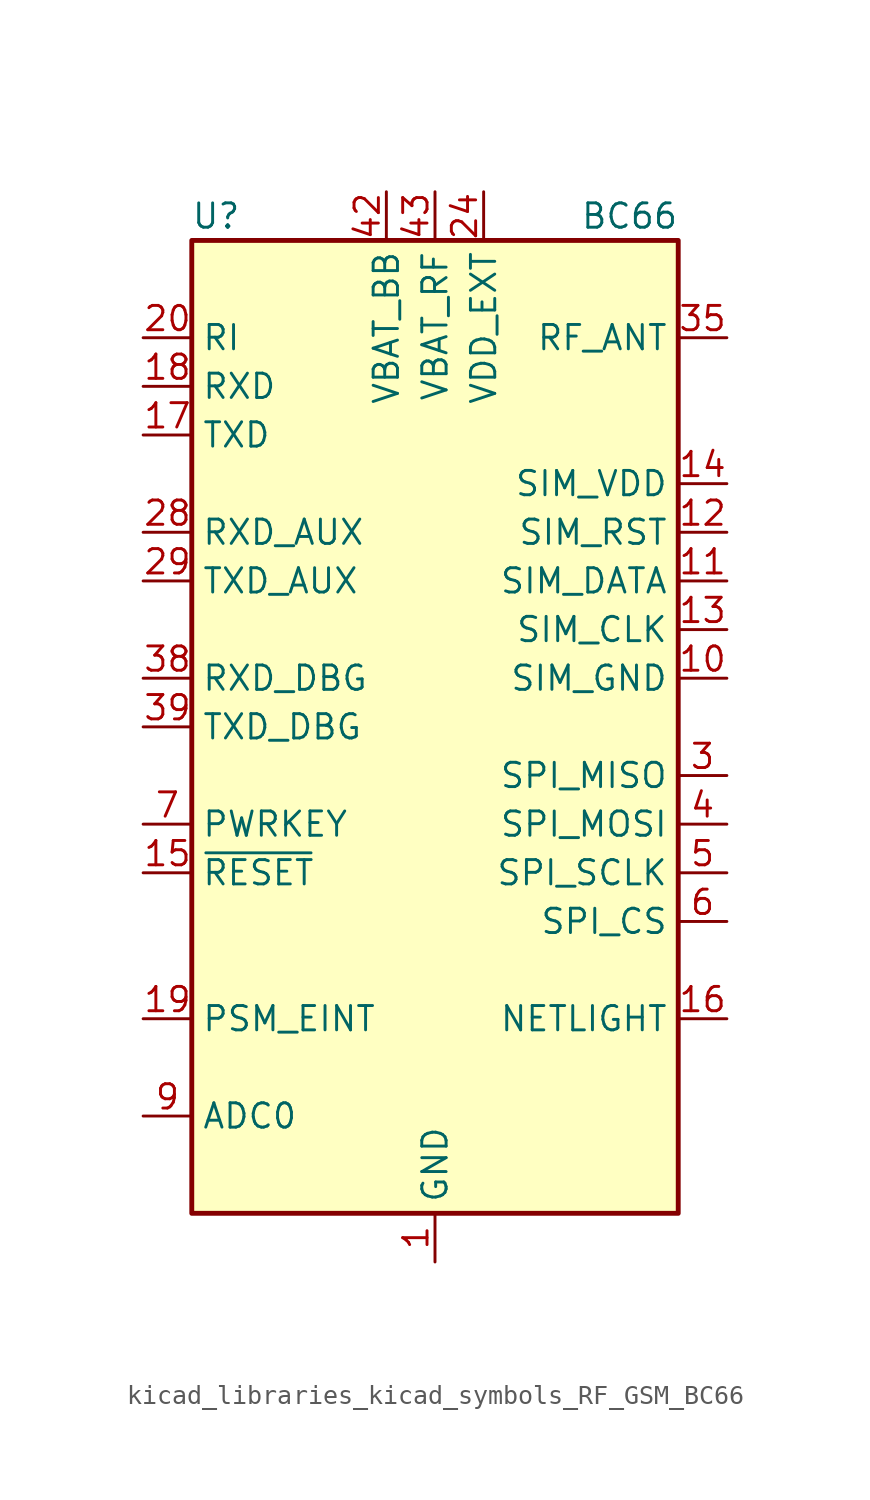
<source format=kicad_sym>
(kicad_symbol_lib
  (version 20220914)
  (generator kicad_symbol_editor)
  (symbol "kicad_libraries_kicad_symbols_RF_GSM_BC66"
    (property "Reference" "U"
      (at -11.43 26.67 0)
      (effects (font (size 1.27 1.27))))
    (property "Value" "BC66"
      (at 10.16 26.67 0)
      (effects (font (size 1.27 1.27))))
    (symbol "kicad_libraries_kicad_symbols_RF_GSM_BC66_0_1"
      (rectangle (start -12.7 25.4) (end 12.7 -25.4) (stroke (width 0.254) (type default)) (fill (type background))))
    (symbol "kicad_libraries_kicad_symbols_RF_GSM_BC66_1_1"
      (pin power_in line (at 0 -27.94 90) (length 2.54) (name "GND" (effects (font (size 1.27 1.27)))) (number "1" (effects (font (size 1.27 1.27)))))
      (pin power_out line (at 15.24 2.54 180) (length 2.54) (name "SIM_GND" (effects (font (size 1.27 1.27)))) (number "10" (effects (font (size 1.27 1.27)))))
      (pin bidirectional line (at 15.24 7.62 180) (length 2.54) (name "SIM_DATA" (effects (font (size 1.27 1.27)))) (number "11" (effects (font (size 1.27 1.27)))))
      (pin output line (at 15.24 10.16 180) (length 2.54) (name "SIM_RST" (effects (font (size 1.27 1.27)))) (number "12" (effects (font (size 1.27 1.27)))))
      (pin output line (at 15.24 5.08 180) (length 2.54) (name "SIM_CLK" (effects (font (size 1.27 1.27)))) (number "13" (effects (font (size 1.27 1.27)))))
      (pin power_out line (at 15.24 12.7 180) (length 2.54) (name "SIM_VDD" (effects (font (size 1.27 1.27)))) (number "14" (effects (font (size 1.27 1.27)))))
      (pin input line (at -15.24 -7.62 0) (length 2.54) (name "~{RESET}" (effects (font (size 1.27 1.27)))) (number "15" (effects (font (size 1.27 1.27)))))
      (pin output line (at 15.24 -15.24 180) (length 2.54) (name "NETLIGHT" (effects (font (size 1.27 1.27)))) (number "16" (effects (font (size 1.27 1.27)))))
      (pin output line (at -15.24 15.24 0) (length 2.54) (name "TXD" (effects (font (size 1.27 1.27)))) (number "17" (effects (font (size 1.27 1.27)))))
      (pin input line (at -15.24 17.78 0) (length 2.54) (name "RXD" (effects (font (size 1.27 1.27)))) (number "18" (effects (font (size 1.27 1.27)))))
      (pin input line (at -15.24 -15.24 0) (length 2.54) (name "PSM_EINT" (effects (font (size 1.27 1.27)))) (number "19" (effects (font (size 1.27 1.27)))))
      (pin no_connect line (at -5.08 25.4 270) (length 2.54) hide (name "RESERVED" (effects (font (size 1.27 1.27)))) (number "2" (effects (font (size 1.27 1.27)))))
      (pin output line (at -15.24 20.32 0) (length 2.54) (name "RI" (effects (font (size 1.27 1.27)))) (number "20" (effects (font (size 1.27 1.27)))))
      (pin no_connect line (at -12.7 12.7 0) (length 2.54) hide (name "RESERVED" (effects (font (size 1.27 1.27)))) (number "21" (effects (font (size 1.27 1.27)))))
      (pin no_connect line (at -12.7 5.08 0) (length 2.54) hide (name "RESERVED" (effects (font (size 1.27 1.27)))) (number "22" (effects (font (size 1.27 1.27)))))
      (pin no_connect line (at -12.7 -2.54 0) (length 2.54) hide (name "RESERVED" (effects (font (size 1.27 1.27)))) (number "23" (effects (font (size 1.27 1.27)))))
      (pin power_out line (at 2.54 27.94 270) (length 2.54) (name "VDD_EXT" (effects (font (size 1.27 1.27)))) (number "24" (effects (font (size 1.27 1.27)))))
      (pin no_connect line (at -12.7 -10.16 0) (length 2.54) hide (name "RESERVED" (effects (font (size 1.27 1.27)))) (number "25" (effects (font (size 1.27 1.27)))))
      (pin no_connect line (at -12.7 -17.78 0) (length 2.54) hide (name "RESERVED" (effects (font (size 1.27 1.27)))) (number "26" (effects (font (size 1.27 1.27)))))
      (pin passive line (at 0 -27.94 90) (length 2.54) hide (name "GND" (effects (font (size 1.27 1.27)))) (number "27" (effects (font (size 1.27 1.27)))))
      (pin input line (at -15.24 10.16 0) (length 2.54) (name "RXD_AUX" (effects (font (size 1.27 1.27)))) (number "28" (effects (font (size 1.27 1.27)))))
      (pin output line (at -15.24 7.62 0) (length 2.54) (name "TXD_AUX" (effects (font (size 1.27 1.27)))) (number "29" (effects (font (size 1.27 1.27)))))
      (pin input line (at 15.24 -2.54 180) (length 2.54) (name "SPI_MISO" (effects (font (size 1.27 1.27)))) (number "3" (effects (font (size 1.27 1.27)))))
      (pin no_connect line (at -12.7 -22.86 0) (length 2.54) hide (name "RESERVED" (effects (font (size 1.27 1.27)))) (number "30" (effects (font (size 1.27 1.27)))))
      (pin no_connect line (at -10.16 -25.4 90) (length 2.54) hide (name "RESERVED" (effects (font (size 1.27 1.27)))) (number "31" (effects (font (size 1.27 1.27)))))
      (pin no_connect line (at -7.62 -25.4 90) (length 2.54) hide (name "RESERVED" (effects (font (size 1.27 1.27)))) (number "32" (effects (font (size 1.27 1.27)))))
      (pin no_connect line (at -5.08 -25.4 90) (length 2.54) hide (name "RESERVED" (effects (font (size 1.27 1.27)))) (number "33" (effects (font (size 1.27 1.27)))))
      (pin passive line (at 0 -27.94 90) (length 2.54) hide (name "GND" (effects (font (size 1.27 1.27)))) (number "34" (effects (font (size 1.27 1.27)))))
      (pin passive line (at 15.24 20.32 180) (length 2.54) (name "RF_ANT" (effects (font (size 1.27 1.27)))) (number "35" (effects (font (size 1.27 1.27)))))
      (pin passive line (at 0 -27.94 90) (length 2.54) hide (name "GND" (effects (font (size 1.27 1.27)))) (number "36" (effects (font (size 1.27 1.27)))))
      (pin passive line (at 0 -27.94 90) (length 2.54) hide (name "GND" (effects (font (size 1.27 1.27)))) (number "37" (effects (font (size 1.27 1.27)))))
      (pin input line (at -15.24 2.54 0) (length 2.54) (name "RXD_DBG" (effects (font (size 1.27 1.27)))) (number "38" (effects (font (size 1.27 1.27)))))
      (pin output line (at -15.24 0 0) (length 2.54) (name "TXD_DBG" (effects (font (size 1.27 1.27)))) (number "39" (effects (font (size 1.27 1.27)))))
      (pin output line (at 15.24 -5.08 180) (length 2.54) (name "SPI_MOSI" (effects (font (size 1.27 1.27)))) (number "4" (effects (font (size 1.27 1.27)))))
      (pin passive line (at 0 -27.94 90) (length 2.54) hide (name "GND" (effects (font (size 1.27 1.27)))) (number "40" (effects (font (size 1.27 1.27)))))
      (pin passive line (at 0 -27.94 90) (length 2.54) hide (name "GND" (effects (font (size 1.27 1.27)))) (number "41" (effects (font (size 1.27 1.27)))))
      (pin power_in line (at -2.54 27.94 270) (length 2.54) (name "VBAT_BB" (effects (font (size 1.27 1.27)))) (number "42" (effects (font (size 1.27 1.27)))))
      (pin power_in line (at 0 27.94 270) (length 2.54) (name "VBAT_RF" (effects (font (size 1.27 1.27)))) (number "43" (effects (font (size 1.27 1.27)))))
      (pin no_connect line (at -2.54 -25.4 90) (length 2.54) hide (name "RESERVED" (effects (font (size 1.27 1.27)))) (number "44" (effects (font (size 1.27 1.27)))))
      (pin no_connect line (at 5.08 -25.4 90) (length 2.54) hide (name "RESERVED" (effects (font (size 1.27 1.27)))) (number "45" (effects (font (size 1.27 1.27)))))
      (pin no_connect line (at 7.62 -25.4 90) (length 2.54) hide (name "RESERVED" (effects (font (size 1.27 1.27)))) (number "46" (effects (font (size 1.27 1.27)))))
      (pin no_connect line (at 10.16 -25.4 90) (length 2.54) hide (name "RESERVED" (effects (font (size 1.27 1.27)))) (number "47" (effects (font (size 1.27 1.27)))))
      (pin no_connect line (at 12.7 -22.86 180) (length 2.54) hide (name "RESERVED" (effects (font (size 1.27 1.27)))) (number "48" (effects (font (size 1.27 1.27)))))
      (pin no_connect line (at 12.7 -20.32 180) (length 2.54) hide (name "RESERVED" (effects (font (size 1.27 1.27)))) (number "49" (effects (font (size 1.27 1.27)))))
      (pin output line (at 15.24 -7.62 180) (length 2.54) (name "SPI_SCLK" (effects (font (size 1.27 1.27)))) (number "5" (effects (font (size 1.27 1.27)))))
      (pin no_connect line (at 12.7 -17.78 180) (length 2.54) hide (name "RESERVED" (effects (font (size 1.27 1.27)))) (number "50" (effects (font (size 1.27 1.27)))))
      (pin no_connect line (at -12.7 -12.7 0) (length 2.54) hide (name "RESERVED" (effects (font (size 1.27 1.27)))) (number "51" (effects (font (size 1.27 1.27)))))
      (pin no_connect line (at 12.7 -12.7 180) (length 2.54) hide (name "RESERVED" (effects (font (size 1.27 1.27)))) (number "52" (effects (font (size 1.27 1.27)))))
      (pin no_connect line (at 12.7 0 180) (length 2.54) hide (name "RESERVED" (effects (font (size 1.27 1.27)))) (number "53" (effects (font (size 1.27 1.27)))))
      (pin no_connect line (at 2.54 -25.4 90) (length 2.54) hide (name "RESERVED" (effects (font (size 1.27 1.27)))) (number "54" (effects (font (size 1.27 1.27)))))
      (pin no_connect line (at 12.7 17.78 180) (length 2.54) hide (name "RESERVED" (effects (font (size 1.27 1.27)))) (number "55" (effects (font (size 1.27 1.27)))))
      (pin no_connect line (at 12.7 15.24 180) (length 2.54) hide (name "RESERVED" (effects (font (size 1.27 1.27)))) (number "56" (effects (font (size 1.27 1.27)))))
      (pin no_connect line (at 12.7 22.86 180) (length 2.54) hide (name "RESERVED" (effects (font (size 1.27 1.27)))) (number "57" (effects (font (size 1.27 1.27)))))
      (pin no_connect line (at 5.08 25.4 270) (length 2.54) hide (name "RESERVED" (effects (font (size 1.27 1.27)))) (number "58" (effects (font (size 1.27 1.27)))))
      (pin output line (at 15.24 -10.16 180) (length 2.54) (name "SPI_CS" (effects (font (size 1.27 1.27)))) (number "6" (effects (font (size 1.27 1.27)))))
      (pin input line (at -15.24 -5.08 0) (length 2.54) (name "PWRKEY" (effects (font (size 1.27 1.27)))) (number "7" (effects (font (size 1.27 1.27)))))
      (pin no_connect line (at -12.7 22.86 0) (length 2.54) hide (name "RESERVED" (effects (font (size 1.27 1.27)))) (number "8" (effects (font (size 1.27 1.27)))))
      (pin input line (at -15.24 -20.32 0) (length 2.54) (name "ADC0" (effects (font (size 1.27 1.27)))) (number "9" (effects (font (size 1.27 1.27))))))))
</source>
